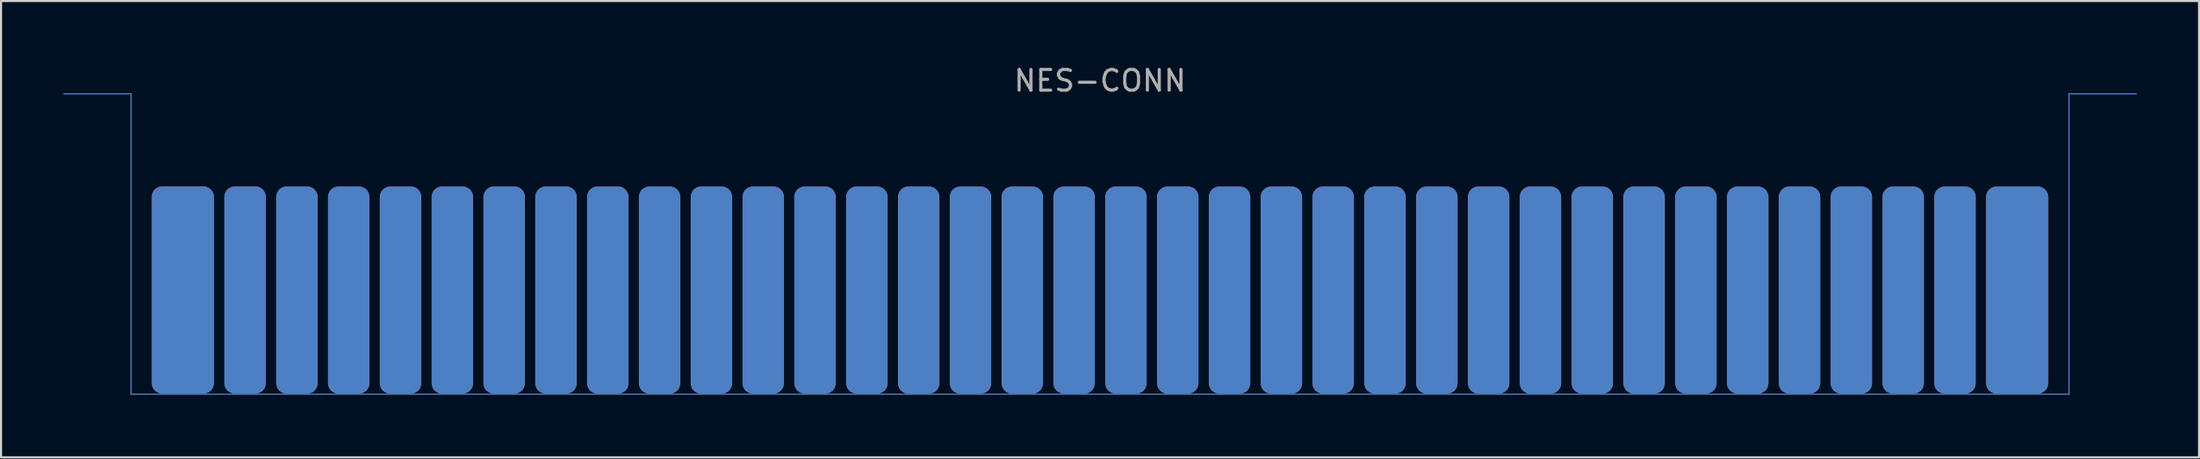
<source format=kicad_pcb>
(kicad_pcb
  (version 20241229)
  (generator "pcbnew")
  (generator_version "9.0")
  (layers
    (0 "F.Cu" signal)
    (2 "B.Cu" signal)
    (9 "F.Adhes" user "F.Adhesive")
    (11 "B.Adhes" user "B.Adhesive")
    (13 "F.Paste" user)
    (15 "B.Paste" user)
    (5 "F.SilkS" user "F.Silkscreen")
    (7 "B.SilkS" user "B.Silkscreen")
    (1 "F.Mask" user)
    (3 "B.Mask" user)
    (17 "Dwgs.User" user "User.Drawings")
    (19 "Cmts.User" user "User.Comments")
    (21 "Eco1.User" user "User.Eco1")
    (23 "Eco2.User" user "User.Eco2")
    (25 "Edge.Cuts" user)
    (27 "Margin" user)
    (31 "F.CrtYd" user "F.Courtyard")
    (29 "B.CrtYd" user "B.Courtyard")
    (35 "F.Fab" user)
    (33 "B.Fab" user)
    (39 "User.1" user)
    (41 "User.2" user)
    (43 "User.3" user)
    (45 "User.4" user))
  (footprint "NES-CONN"
    (layer "F.Cu")
    (at 50.025 1.483)
    (property "Reference" "NES-CONN" (at 0 -0.635 0) (layer "F.Fab") (effects (font (size 1 1) (thickness 0.15))))
    (attr through_hole)
    (fp_poly (pts (xy 46.75 14.5) (xy -46.75 14.5) (xy -46.75 7.25) (xy 46.75 7.25)) (stroke (width 0.1) (type solid)) (fill yes) (layer "F.Mask"))
    (fp_poly (pts (xy 46.75 14.5) (xy -46.75 14.5) (xy -46.75 7.25) (xy 46.75 7.25)) (stroke (width 0.1) (type solid)) (fill yes) (layer "B.Mask"))
    (fp_line (start -46.75 0) (end -50 0) (stroke (width 0.05) (type solid)) (layer "Cmts.User"))
    (fp_line (start -46.75 14.5) (end -46.75 0) (stroke (width 0.05) (type solid)) (layer "Cmts.User"))
    (fp_line (start -46.75 14.5) (end 46.75 14.5) (stroke (width 0.05) (type solid)) (layer "Cmts.User"))
    (fp_line (start 46.75 0) (end 50 0) (stroke (width 0.05) (type solid)) (layer "Cmts.User"))
    (fp_line (start 46.75 14.5) (end 46.75 0) (stroke (width 0.05) (type solid)) (layer "Cmts.User"))
    (pad "1" smd roundrect (at 44.25 9.473) (size 3 10) (layers "F.Cu") (roundrect_rratio 0.167))
    (pad "2" smd roundrect (at 41.25 9.473) (size 2 10) (layers "F.Cu") (roundrect_rratio 0.25))
    (pad "3" smd roundrect (at 38.75 9.473) (size 2 10) (layers "F.Cu") (roundrect_rratio 0.25))
    (pad "4" smd roundrect (at 36.25 9.473) (size 2 10) (layers "F.Cu") (roundrect_rratio 0.25))
    (pad "5" smd roundrect (at 33.75 9.473) (size 2 10) (layers "F.Cu") (roundrect_rratio 0.25))
    (pad "6" smd roundrect (at 31.25 9.473) (size 2 10) (layers "F.Cu") (roundrect_rratio 0.25))
    (pad "7" smd roundrect (at 28.75 9.473) (size 2 10) (layers "F.Cu") (roundrect_rratio 0.25))
    (pad "8" smd roundrect (at 26.25 9.473) (size 2 10) (layers "F.Cu") (roundrect_rratio 0.25))
    (pad "9" smd roundrect (at 23.75 9.473) (size 2 10) (layers "F.Cu") (roundrect_rratio 0.25))
    (pad "10" smd roundrect (at 21.25 9.473) (size 2 10) (layers "F.Cu") (roundrect_rratio 0.25))
    (pad "11" smd roundrect (at 18.75 9.473) (size 2 10) (layers "F.Cu") (roundrect_rratio 0.25))
    (pad "12" smd roundrect (at 16.25 9.473) (size 2 10) (layers "F.Cu") (roundrect_rratio 0.25))
    (pad "13" smd roundrect (at 13.75 9.473) (size 2 10) (layers "F.Cu") (roundrect_rratio 0.25))
    (pad "14" smd roundrect (at 11.25 9.473) (size 2 10) (layers "F.Cu") (roundrect_rratio 0.25))
    (pad "15" smd roundrect (at 8.75 9.473) (size 2 10) (layers "F.Cu") (roundrect_rratio 0.25))
    (pad "16" smd roundrect (at 6.25 9.473) (size 2 10) (layers "F.Cu") (roundrect_rratio 0.25))
    (pad "17" smd roundrect (at 3.75 9.473) (size 2 10) (layers "F.Cu") (roundrect_rratio 0.25))
    (pad "18" smd roundrect (at 1.25 9.473) (size 2 10) (layers "F.Cu") (roundrect_rratio 0.25))
    (pad "19" smd roundrect (at -1.25 9.473) (size 2 10) (layers "F.Cu") (roundrect_rratio 0.25))
    (pad "20" smd roundrect (at -3.75 9.473) (size 2 10) (layers "F.Cu") (roundrect_rratio 0.25))
    (pad "21" smd roundrect (at -6.25 9.473) (size 2 10) (layers "F.Cu") (roundrect_rratio 0.25))
    (pad "22" smd roundrect (at -8.75 9.473) (size 2 10) (layers "F.Cu") (roundrect_rratio 0.25))
    (pad "23" smd roundrect (at -11.25 9.473) (size 2 10) (layers "F.Cu") (roundrect_rratio 0.25))
    (pad "24" smd roundrect (at -13.75 9.473) (size 2 10) (layers "F.Cu") (roundrect_rratio 0.25))
    (pad "25" smd roundrect (at -16.25 9.473) (size 2 10) (layers "F.Cu") (roundrect_rratio 0.25))
    (pad "26" smd roundrect (at -18.75 9.473) (size 2 10) (layers "F.Cu") (roundrect_rratio 0.25))
    (pad "27" smd roundrect (at -21.25 9.473) (size 2 10) (layers "F.Cu") (roundrect_rratio 0.25))
    (pad "28" smd roundrect (at -23.75 9.473) (size 2 10) (layers "F.Cu") (roundrect_rratio 0.25))
    (pad "29" smd roundrect (at -26.25 9.473) (size 2 10) (layers "F.Cu") (roundrect_rratio 0.25))
    (pad "30" smd roundrect (at -28.75 9.473) (size 2 10) (layers "F.Cu") (roundrect_rratio 0.25))
    (pad "31" smd roundrect (at -31.25 9.473) (size 2 10) (layers "F.Cu") (roundrect_rratio 0.25))
    (pad "32" smd roundrect (at -33.75 9.473) (size 2 10) (layers "F.Cu") (roundrect_rratio 0.25))
    (pad "33" smd roundrect (at -36.25 9.473) (size 2 10) (layers "F.Cu") (roundrect_rratio 0.25))
    (pad "34" smd roundrect (at -38.75 9.473) (size 2 10) (layers "F.Cu") (roundrect_rratio 0.25))
    (pad "35" smd roundrect (at -41.25 9.461) (size 2 10) (layers "F.Cu") (roundrect_rratio 0.25))
    (pad "36" smd roundrect (at -44.26 9.461) (size 3 10) (layers "F.Cu") (roundrect_rratio 0.167))
    (pad "37" smd roundrect (at 44.25 9.473) (size 3 10) (layers "B.Cu") (roundrect_rratio 0.167))
    (pad "38" smd roundrect (at 41.25 9.473) (size 2 10) (layers "B.Cu") (roundrect_rratio 0.25))
    (pad "39" smd roundrect (at 38.75 9.473) (size 2 10) (layers "B.Cu") (roundrect_rratio 0.25))
    (pad "40" smd roundrect (at 36.25 9.473) (size 2 10) (layers "B.Cu") (roundrect_rratio 0.25))
    (pad "41" smd roundrect (at 33.75 9.473) (size 2 10) (layers "B.Cu") (roundrect_rratio 0.25))
    (pad "42" smd roundrect (at 31.25 9.473) (size 2 10) (layers "B.Cu") (roundrect_rratio 0.25))
    (pad "43" smd roundrect (at 28.75 9.473) (size 2 10) (layers "B.Cu") (roundrect_rratio 0.25))
    (pad "44" smd roundrect (at 26.25 9.473) (size 2 10) (layers "B.Cu") (roundrect_rratio 0.25))
    (pad "45" smd roundrect (at 23.75 9.473) (size 2 10) (layers "B.Cu") (roundrect_rratio 0.25))
    (pad "46" smd roundrect (at 21.25 9.473) (size 2 10) (layers "B.Cu") (roundrect_rratio 0.25))
    (pad "47" smd roundrect (at 18.75 9.473) (size 2 10) (layers "B.Cu") (roundrect_rratio 0.25))
    (pad "48" smd roundrect (at 16.25 9.473) (size 2 10) (layers "B.Cu") (roundrect_rratio 0.25))
    (pad "49" smd roundrect (at 13.75 9.473) (size 2 10) (layers "B.Cu") (roundrect_rratio 0.25))
    (pad "50" smd roundrect (at 11.25 9.473) (size 2 10) (layers "B.Cu") (roundrect_rratio 0.25))
    (pad "51" smd roundrect (at 8.75 9.473) (size 2 10) (layers "B.Cu") (roundrect_rratio 0.25))
    (pad "52" smd roundrect (at 6.25 9.473) (size 2 10) (layers "B.Cu") (roundrect_rratio 0.25))
    (pad "53" smd roundrect (at 3.75 9.473) (size 2 10) (layers "B.Cu") (roundrect_rratio 0.25))
    (pad "54" smd roundrect (at 1.25 9.473) (size 2 10) (layers "B.Cu") (roundrect_rratio 0.25))
    (pad "55" smd roundrect (at -1.25 9.473) (size 2 10) (layers "B.Cu") (roundrect_rratio 0.25))
    (pad "56" smd roundrect (at -3.75 9.473) (size 2 10) (layers "B.Cu") (roundrect_rratio 0.25))
    (pad "57" smd roundrect (at -6.25 9.473) (size 2 10) (layers "B.Cu") (roundrect_rratio 0.25))
    (pad "58" smd roundrect (at -8.75 9.473) (size 2 10) (layers "B.Cu") (roundrect_rratio 0.25))
    (pad "59" smd roundrect (at -11.25 9.473) (size 2 10) (layers "B.Cu") (roundrect_rratio 0.25))
    (pad "60" smd roundrect (at -13.75 9.473) (size 2 10) (layers "B.Cu") (roundrect_rratio 0.25))
    (pad "61" smd roundrect (at -16.25 9.473) (size 2 10) (layers "B.Cu") (roundrect_rratio 0.25))
    (pad "62" smd roundrect (at -18.75 9.473) (size 2 10) (layers "B.Cu") (roundrect_rratio 0.25))
    (pad "63" smd roundrect (at -21.25 9.473) (size 2 10) (layers "B.Cu") (roundrect_rratio 0.25))
    (pad "64" smd roundrect (at -23.75 9.473) (size 2 10) (layers "B.Cu") (roundrect_rratio 0.25))
    (pad "65" smd roundrect (at -26.25 9.473) (size 2 10) (layers "B.Cu") (roundrect_rratio 0.25))
    (pad "66" smd roundrect (at -28.75 9.473) (size 2 10) (layers "B.Cu") (roundrect_rratio 0.25))
    (pad "67" smd roundrect (at -31.25 9.473) (size 2 10) (layers "B.Cu") (roundrect_rratio 0.25))
    (pad "68" smd roundrect (at -33.75 9.473) (size 2 10) (layers "B.Cu") (roundrect_rratio 0.25))
    (pad "69" smd roundrect (at -36.25 9.473) (size 2 10) (layers "B.Cu") (roundrect_rratio 0.25))
    (pad "70" smd roundrect (at -38.75 9.473) (size 2 10) (layers "B.Cu") (roundrect_rratio 0.25))
    (pad "71" smd roundrect (at -41.25 9.473) (size 2 10) (layers "B.Cu") (roundrect_rratio 0.25))
    (pad "72" smd roundrect (at -44.25 9.473) (size 3 10) (layers "B.Cu") (roundrect_rratio 0.167)))
  (gr_rect
    (start -3 -3)
    (end 103.05 19.033)
    (stroke (width 0.1) (type default))
    (fill no)
    (layer "Edge.Cuts")))
</source>
